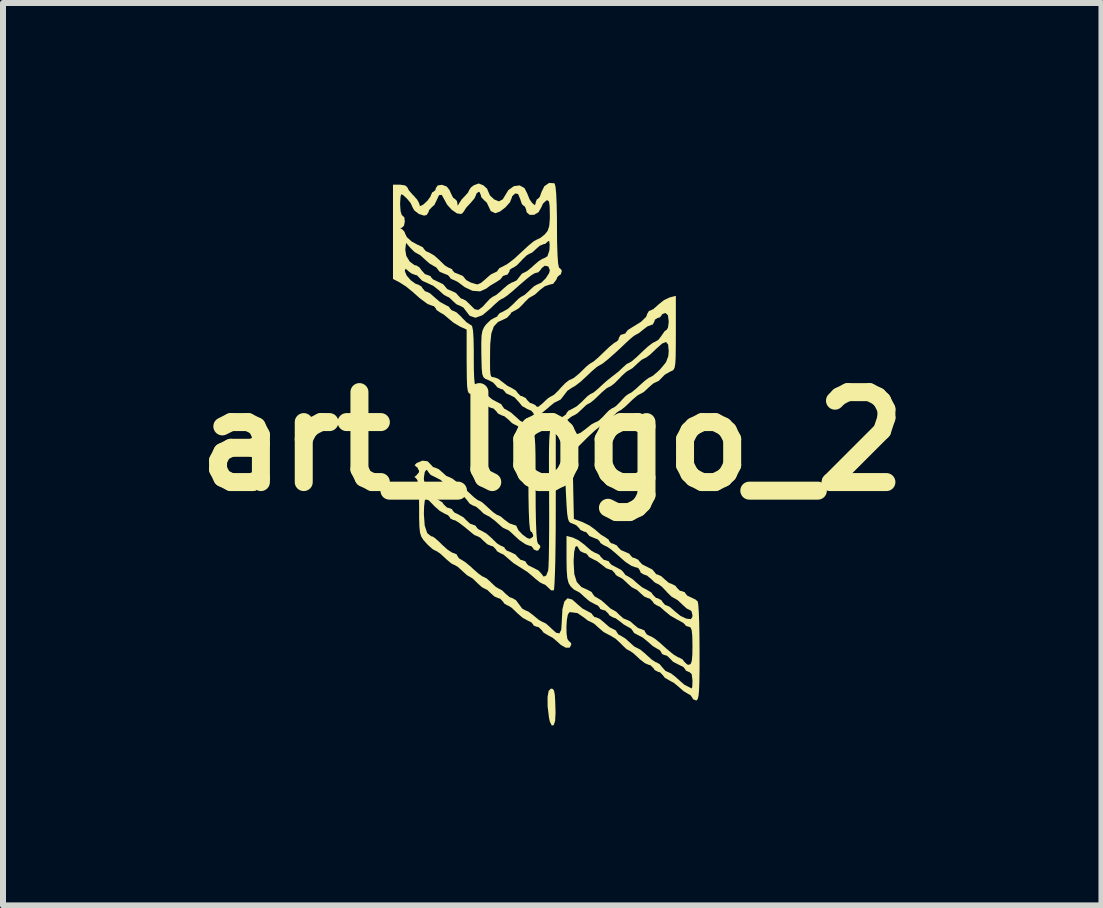
<source format=kicad_pcb>
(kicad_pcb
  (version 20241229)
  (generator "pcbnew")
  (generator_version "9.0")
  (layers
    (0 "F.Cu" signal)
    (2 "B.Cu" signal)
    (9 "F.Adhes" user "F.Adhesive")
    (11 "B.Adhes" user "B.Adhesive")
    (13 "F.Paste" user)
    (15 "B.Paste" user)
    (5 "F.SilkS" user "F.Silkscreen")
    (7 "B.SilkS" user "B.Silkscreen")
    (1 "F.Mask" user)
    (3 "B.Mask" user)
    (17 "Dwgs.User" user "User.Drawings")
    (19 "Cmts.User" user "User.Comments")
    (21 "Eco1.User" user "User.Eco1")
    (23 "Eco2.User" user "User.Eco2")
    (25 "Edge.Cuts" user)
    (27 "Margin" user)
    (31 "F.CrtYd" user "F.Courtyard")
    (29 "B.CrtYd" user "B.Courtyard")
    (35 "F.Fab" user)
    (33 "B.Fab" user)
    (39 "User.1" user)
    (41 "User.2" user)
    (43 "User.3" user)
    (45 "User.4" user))
  (footprint "art_logo_2"
    (layer "F.Cu")
    (at 6.157 4.309)
    (property "Reference" "art_logo_2" (at 0 0 0) (layer "F.SilkS") (effects (font (size 1.5 1.5) (thickness 0.3))))
    (attr board_only exclude_from_pos_files exclude_from_bom)
    (fp_poly (pts (xy 0.01 4.128) (xy 0.03 4.157) (xy 0.043 4.223) (xy 0.05 4.339) (xy 0.055 4.52) (xy 0.055 4.534) (xy 0.048 4.662) (xy 0.024 4.731) (xy -0.008 4.737) (xy -0.04 4.672) (xy -0.054 4.608) (xy -0.077 4.417) (xy -0.078 4.263) (xy -0.06 4.16) (xy -0.022 4.121) (xy -0.02 4.121)) (stroke (width 0) (type solid)) (fill yes) (layer "F.SilkS"))
    (fp_poly (pts (xy 0.031 -4.304) (xy 0.039 -4.3) (xy 0.054 -4.251) (xy 0.066 -4.132) (xy 0.074 -3.949) (xy 0.079 -3.712) (xy 0.079 -3.584) (xy 0.081 -3.317) (xy 0.088 -3.11) (xy 0.098 -2.969) (xy 0.112 -2.899) (xy 0.119 -2.893) (xy 0.154 -2.861) (xy 0.159 -2.833) (xy 0.14 -2.78) (xy 0.123 -2.774) (xy 0.087 -2.741) (xy 0.068 -2.695) (xy 0.015 -2.627) (xy -0.038 -2.615) (xy -0.122 -2.587) (xy -0.211 -2.52) (xy -0.214 -2.516) (xy -0.287 -2.449) (xy -0.34 -2.417) (xy -0.343 -2.417) (xy -0.39 -2.389) (xy -0.46 -2.32) (xy -0.477 -2.3) (xy -0.553 -2.223) (xy -0.616 -2.183) (xy -0.625 -2.181) (xy -0.683 -2.148) (xy -0.698 -2.121) (xy -0.752 -2.062) (xy -0.8 -2.038) (xy -0.905 -1.99) (xy -0.974 -1.916) (xy -1.015 -1.801) (xy -1.033 -1.63) (xy -1.036 -1.514) (xy -1.037 -1.322) (xy -1.036 -1.195) (xy -1.03 -1.12) (xy -1.018 -1.083) (xy -0.997 -1.071) (xy -0.971 -1.07) (xy -0.9 -1.044) (xy -0.836 -0.995) (xy -0.748 -0.927) (xy -0.681 -0.894) (xy -0.606 -0.848) (xy -0.579 -0.811) (xy -0.529 -0.759) (xy -0.501 -0.753) (xy -0.439 -0.721) (xy -0.422 -0.693) (xy -0.37 -0.641) (xy -0.341 -0.634) (xy -0.28 -0.605) (xy -0.268 -0.585) (xy -0.234 -0.575) (xy -0.165 -0.63) (xy -0.151 -0.644) (xy -0.076 -0.715) (xy -0.019 -0.752) (xy -0.012 -0.753) (xy 0.034 -0.781) (xy 0.107 -0.852) (xy 0.141 -0.892) (xy 0.221 -0.975) (xy 0.287 -1.025) (xy 0.305 -1.03) (xy 0.359 -1.057) (xy 0.441 -1.124) (xy 0.488 -1.169) (xy 0.571 -1.25) (xy 0.634 -1.3) (xy 0.651 -1.308) (xy 0.692 -1.334) (xy 0.77 -1.401) (xy 0.858 -1.486) (xy 0.956 -1.579) (xy 1.035 -1.643) (xy 1.073 -1.664) (xy 1.105 -1.696) (xy 1.11 -1.724) (xy 1.141 -1.776) (xy 1.169 -1.783) (xy 1.222 -1.801) (xy 1.228 -1.816) (xy 1.26 -1.856) (xy 1.336 -1.905) (xy 1.337 -1.905) (xy 1.481 -1.994) (xy 1.566 -2.077) (xy 1.585 -2.129) (xy 1.613 -2.176) (xy 1.63 -2.179) (xy 1.686 -2.206) (xy 1.76 -2.271) (xy 1.765 -2.277) (xy 1.861 -2.354) (xy 1.958 -2.4) (xy 2.061 -2.426) (xy 2.061 -1.81) (xy 2.06 -1.577) (xy 2.058 -1.411) (xy 2.052 -1.3) (xy 2.041 -1.231) (xy 2.023 -1.194) (xy 1.996 -1.175) (xy 1.971 -1.166) (xy 1.877 -1.112) (xy 1.83 -1.064) (xy 1.772 -1.006) (xy 1.736 -0.991) (xy 1.682 -0.964) (xy 1.608 -0.899) (xy 1.601 -0.892) (xy 1.528 -0.824) (xy 1.473 -0.793) (xy 1.47 -0.793) (xy 1.421 -0.766) (xy 1.342 -0.699) (xy 1.296 -0.654) (xy 1.21 -0.573) (xy 1.145 -0.522) (xy 1.125 -0.513) (xy 1.079 -0.484) (xy 1.01 -0.415) (xy 0.992 -0.395) (xy 0.918 -0.319) (xy 0.856 -0.279) (xy 0.847 -0.277) (xy 0.798 -0.251) (xy 0.711 -0.181) (xy 0.602 -0.08) (xy 0.568 -0.046) (xy 0.337 0.184) (xy 0.349 0.739) (xy 0.361 1.293) (xy 0.504 1.345) (xy 0.624 1.404) (xy 0.723 1.477) (xy 0.73 1.484) (xy 0.813 1.556) (xy 0.882 1.597) (xy 0.94 1.637) (xy 0.951 1.663) (xy 0.983 1.699) (xy 1.012 1.704) (xy 1.078 1.735) (xy 1.094 1.76) (xy 1.146 1.812) (xy 1.211 1.84) (xy 1.284 1.872) (xy 1.308 1.903) (xy 1.34 1.937) (xy 1.368 1.942) (xy 1.435 1.974) (xy 1.451 1.998) (xy 1.501 2.051) (xy 1.588 2.095) (xy 1.669 2.136) (xy 1.704 2.177) (xy 1.704 2.177) (xy 1.735 2.216) (xy 1.755 2.219) (xy 1.817 2.247) (xy 1.873 2.298) (xy 1.944 2.358) (xy 1.996 2.378) (xy 2.058 2.41) (xy 2.075 2.437) (xy 2.128 2.49) (xy 2.158 2.496) (xy 2.212 2.516) (xy 2.219 2.533) (xy 2.252 2.572) (xy 2.308 2.598) (xy 2.391 2.638) (xy 2.426 2.67) (xy 2.435 2.722) (xy 2.443 2.84) (xy 2.45 3.012) (xy 2.454 3.225) (xy 2.456 3.467) (xy 2.456 3.517) (xy 2.456 3.792) (xy 2.453 3.998) (xy 2.448 4.143) (xy 2.44 4.238) (xy 2.427 4.293) (xy 2.41 4.316) (xy 2.397 4.319) (xy 2.345 4.297) (xy 2.338 4.278) (xy 2.306 4.232) (xy 2.269 4.212) (xy 2.191 4.165) (xy 2.116 4.099) (xy 2.028 4.026) (xy 1.952 3.985) (xy 1.875 3.939) (xy 1.847 3.902) (xy 1.797 3.85) (xy 1.769 3.844) (xy 1.707 3.812) (xy 1.69 3.784) (xy 1.638 3.732) (xy 1.609 3.725) (xy 1.547 3.699) (xy 1.461 3.633) (xy 1.433 3.606) (xy 1.352 3.532) (xy 1.292 3.491) (xy 1.28 3.487) (xy 1.234 3.46) (xy 1.164 3.393) (xy 1.146 3.373) (xy 1.055 3.289) (xy 0.963 3.234) (xy 0.953 3.23) (xy 0.858 3.179) (xy 0.772 3.106) (xy 0.701 3.041) (xy 0.648 3.012) (xy 0.647 3.012) (xy 0.593 2.987) (xy 0.527 2.935) (xy 0.419 2.862) (xy 0.298 2.847) (xy 0.287 2.848) (xy 0.261 2.886) (xy 0.244 2.974) (xy 0.237 3.089) (xy 0.239 3.204) (xy 0.252 3.292) (xy 0.277 3.329) (xy 0.277 3.329) (xy 0.313 3.361) (xy 0.317 3.388) (xy 0.291 3.439) (xy 0.226 3.44) (xy 0.143 3.393) (xy 0.1 3.353) (xy 0.012 3.277) (xy -0.069 3.233) (xy -0.146 3.187) (xy -0.173 3.149) (xy -0.227 3.097) (xy -0.256 3.091) (xy -0.31 3.071) (xy -0.317 3.054) (xy -0.35 3.015) (xy -0.406 2.989) (xy -0.492 2.942) (xy -0.586 2.861) (xy -0.598 2.848) (xy -0.676 2.774) (xy -0.738 2.736) (xy -0.748 2.734) (xy -0.802 2.702) (xy -0.818 2.675) (xy -0.868 2.622) (xy -0.896 2.615) (xy -0.962 2.587) (xy -1.02 2.536) (xy -1.083 2.476) (xy -1.124 2.457) (xy -1.173 2.43) (xy -1.244 2.366) (xy -1.252 2.358) (xy -1.322 2.29) (xy -1.372 2.258) (xy -1.375 2.258) (xy -1.421 2.231) (xy -1.492 2.167) (xy -1.5 2.159) (xy -1.574 2.092) (xy -1.628 2.061) (xy -1.632 2.061) (xy -1.682 2.035) (xy -1.76 1.97) (xy -1.789 1.942) (xy -1.871 1.868) (xy -1.934 1.826) (xy -1.947 1.823) (xy -1.995 1.796) (xy -2.071 1.728) (xy -2.102 1.695) (xy -2.152 1.638) (xy -2.185 1.584) (xy -2.205 1.517) (xy -2.215 1.42) (xy -2.219 1.275) (xy -2.219 1.211) (xy -2.14 1.211) (xy -2.126 1.404) (xy -2.084 1.529) (xy -2.017 1.583) (xy -1.998 1.585) (xy -1.956 1.611) (xy -1.881 1.678) (xy -1.835 1.724) (xy -1.745 1.805) (xy -1.668 1.855) (xy -1.643 1.862) (xy -1.591 1.885) (xy -1.585 1.903) (xy -1.553 1.951) (xy -1.52 1.969) (xy -1.453 2.011) (xy -1.36 2.087) (xy -1.318 2.127) (xy -1.23 2.204) (xy -1.163 2.252) (xy -1.144 2.259) (xy -1.093 2.285) (xy -1.021 2.35) (xy -1.014 2.358) (xy -0.942 2.425) (xy -0.889 2.456) (xy -0.886 2.457) (xy -0.835 2.484) (xy -0.782 2.536) (xy -0.712 2.596) (xy -0.661 2.615) (xy -0.605 2.647) (xy -0.555 2.714) (xy -0.501 2.787) (xy -0.455 2.813) (xy -0.397 2.838) (xy -0.315 2.9) (xy -0.301 2.912) (xy -0.22 2.978) (xy -0.161 3.011) (xy -0.155 3.012) (xy -0.103 3.038) (xy -0.03 3.103) (xy -0.023 3.111) (xy 0.064 3.19) (xy 0.12 3.201) (xy 0.15 3.14) (xy 0.159 3.005) (xy 0.159 3.002) (xy 0.17 2.798) (xy 0.202 2.67) (xy 0.255 2.616) (xy 0.332 2.636) (xy 0.415 2.71) (xy 0.504 2.786) (xy 0.588 2.831) (xy 0.655 2.867) (xy 0.674 2.895) (xy 0.705 2.929) (xy 0.729 2.932) (xy 0.792 2.959) (xy 0.871 3.024) (xy 0.878 3.031) (xy 0.955 3.098) (xy 1.017 3.129) (xy 1.02 3.13) (xy 1.066 3.156) (xy 1.07 3.171) (xy 1.102 3.218) (xy 1.139 3.238) (xy 1.216 3.284) (xy 1.296 3.355) (xy 1.368 3.42) (xy 1.421 3.447) (xy 1.422 3.447) (xy 1.471 3.473) (xy 1.549 3.538) (xy 1.579 3.566) (xy 1.662 3.64) (xy 1.727 3.682) (xy 1.74 3.685) (xy 1.792 3.715) (xy 1.832 3.764) (xy 1.889 3.827) (xy 1.928 3.844) (xy 1.984 3.87) (xy 2.065 3.934) (xy 2.088 3.956) (xy 2.203 4.057) (xy 2.311 4.112) (xy 2.328 4.118) (xy 2.335 4.085) (xy 2.338 4.001) (xy 2.338 3.982) (xy 2.325 3.88) (xy 2.284 3.844) (xy 2.278 3.844) (xy 2.226 3.821) (xy 2.219 3.802) (xy 2.186 3.761) (xy 2.105 3.721) (xy 2.103 3.72) (xy 2.014 3.674) (xy 1.966 3.623) (xy 1.912 3.572) (xy 1.883 3.566) (xy 1.83 3.545) (xy 1.823 3.525) (xy 1.791 3.479) (xy 1.753 3.459) (xy 1.676 3.412) (xy 1.601 3.346) (xy 1.511 3.272) (xy 1.433 3.231) (xy 1.365 3.195) (xy 1.347 3.166) (xy 1.315 3.122) (xy 1.278 3.101) (xy 1.195 3.054) (xy 1.132 3.004) (xy 1.057 2.95) (xy 1.007 2.932) (xy 0.953 2.9) (xy 0.937 2.873) (xy 0.884 2.82) (xy 0.853 2.813) (xy 0.8 2.794) (xy 0.793 2.776) (xy 0.76 2.737) (xy 0.707 2.712) (xy 0.619 2.664) (xy 0.534 2.591) (xy 0.463 2.525) (xy 0.412 2.496) (xy 0.41 2.496) (xy 0.36 2.469) (xy 0.306 2.417) (xy 0.272 2.36) (xy 0.251 2.275) (xy 0.241 2.145) (xy 0.239 2.021) (xy 0.357 2.021) (xy 0.368 2.213) (xy 0.409 2.343) (xy 0.486 2.428) (xy 0.59 2.475) (xy 0.657 2.511) (xy 0.674 2.54) (xy 0.706 2.584) (xy 0.743 2.604) (xy 0.819 2.65) (xy 0.9 2.721) (xy 0.97 2.785) (xy 1.019 2.813) (xy 1.02 2.813) (xy 1.067 2.84) (xy 1.12 2.893) (xy 1.189 2.953) (xy 1.239 2.972) (xy 1.301 3) (xy 1.358 3.051) (xy 1.431 3.111) (xy 1.486 3.13) (xy 1.539 3.152) (xy 1.545 3.171) (xy 1.577 3.218) (xy 1.615 3.239) (xy 1.665 3.261) (xy 1.718 3.295) (xy 1.79 3.353) (xy 1.898 3.45) (xy 1.929 3.477) (xy 2.022 3.553) (xy 2.098 3.599) (xy 2.121 3.606) (xy 2.177 3.638) (xy 2.194 3.665) (xy 2.247 3.718) (xy 2.277 3.725) (xy 2.308 3.711) (xy 2.327 3.659) (xy 2.336 3.555) (xy 2.338 3.408) (xy 2.335 3.245) (xy 2.325 3.148) (xy 2.305 3.101) (xy 2.278 3.091) (xy 2.226 3.075) (xy 2.219 3.061) (xy 2.186 3.027) (xy 2.106 2.982) (xy 2.09 2.975) (xy 1.972 2.907) (xy 1.874 2.827) (xy 1.801 2.762) (xy 1.745 2.734) (xy 1.744 2.734) (xy 1.694 2.702) (xy 1.679 2.675) (xy 1.628 2.622) (xy 1.6 2.615) (xy 1.534 2.587) (xy 1.477 2.536) (xy 1.413 2.476) (xy 1.373 2.457) (xy 1.324 2.43) (xy 1.252 2.366) (xy 1.245 2.358) (xy 1.171 2.29) (xy 1.114 2.259) (xy 1.11 2.259) (xy 1.06 2.227) (xy 1.045 2.199) (xy 0.995 2.147) (xy 0.967 2.14) (xy 0.899 2.114) (xy 0.836 2.064) (xy 0.746 1.996) (xy 0.678 1.963) (xy 0.611 1.927) (xy 0.594 1.899) (xy 0.562 1.867) (xy 0.534 1.862) (xy 0.468 1.83) (xy 0.45 1.803) (xy 0.415 1.744) (xy 0.386 1.758) (xy 0.366 1.841) (xy 0.357 1.985) (xy 0.357 2.021) (xy 0.239 2.021) (xy 0.238 1.957) (xy 0.238 1.576) (xy 0.342 1.603) (xy 0.438 1.648) (xy 0.542 1.726) (xy 0.563 1.746) (xy 0.648 1.819) (xy 0.718 1.86) (xy 0.732 1.862) (xy 0.79 1.894) (xy 0.807 1.922) (xy 0.86 1.975) (xy 0.89 1.981) (xy 0.944 2) (xy 0.951 2.016) (xy 0.984 2.054) (xy 1.063 2.097) (xy 1.07 2.1) (xy 1.152 2.144) (xy 1.189 2.183) (xy 1.189 2.185) (xy 1.221 2.228) (xy 1.258 2.247) (xy 1.336 2.294) (xy 1.41 2.36) (xy 1.499 2.433) (xy 1.575 2.473) (xy 1.652 2.519) (xy 1.679 2.557) (xy 1.73 2.609) (xy 1.758 2.615) (xy 1.82 2.647) (xy 1.837 2.675) (xy 1.882 2.727) (xy 1.906 2.734) (xy 1.963 2.761) (xy 2.037 2.826) (xy 2.043 2.832) (xy 2.138 2.909) (xy 2.235 2.955) (xy 2.311 2.963) (xy 2.336 2.927) (xy 2.338 2.897) (xy 2.321 2.83) (xy 2.296 2.813) (xy 2.243 2.787) (xy 2.17 2.722) (xy 2.163 2.714) (xy 2.091 2.647) (xy 2.038 2.616) (xy 2.034 2.615) (xy 1.987 2.587) (xy 1.917 2.518) (xy 1.9 2.498) (xy 1.827 2.422) (xy 1.77 2.381) (xy 1.762 2.379) (xy 1.708 2.351) (xy 1.654 2.298) (xy 1.581 2.238) (xy 1.526 2.219) (xy 1.473 2.187) (xy 1.466 2.16) (xy 1.433 2.11) (xy 1.392 2.1) (xy 1.321 2.075) (xy 1.223 2.011) (xy 1.176 1.971) (xy 1.057 1.865) (xy 0.978 1.799) (xy 0.923 1.761) (xy 0.874 1.737) (xy 0.862 1.733) (xy 0.804 1.694) (xy 0.793 1.67) (xy 0.759 1.634) (xy 0.693 1.608) (xy 0.619 1.577) (xy 0.594 1.545) (xy 0.562 1.51) (xy 0.534 1.506) (xy 0.467 1.474) (xy 0.452 1.45) (xy 0.399 1.397) (xy 0.34 1.371) (xy 0.305 1.359) (xy 0.28 1.336) (xy 0.262 1.288) (xy 0.249 1.203) (xy 0.239 1.07) (xy 0.229 0.877) (xy 0.223 0.748) (xy 0.213 0.517) (xy 0.208 0.352) (xy 0.21 0.239) (xy 0.219 0.166) (xy 0.236 0.119) (xy 0.263 0.085) (xy 0.276 0.072) (xy 0.336 -0.003) (xy 0.357 -0.061) (xy 0.386 -0.113) (xy 0.41 -0.119) (xy 0.473 -0.144) (xy 0.557 -0.206) (xy 0.571 -0.218) (xy 0.654 -0.284) (xy 0.718 -0.318) (xy 0.725 -0.319) (xy 0.779 -0.348) (xy 0.853 -0.418) (xy 0.87 -0.438) (xy 0.943 -0.514) (xy 1 -0.554) (xy 1.009 -0.556) (xy 1.059 -0.586) (xy 1.13 -0.656) (xy 1.147 -0.675) (xy 1.218 -0.751) (xy 1.271 -0.791) (xy 1.278 -0.793) (xy 1.324 -0.818) (xy 1.403 -0.883) (xy 1.454 -0.931) (xy 1.544 -1.011) (xy 1.612 -1.061) (xy 1.634 -1.07) (xy 1.681 -1.096) (xy 1.759 -1.163) (xy 1.806 -1.209) (xy 1.896 -1.318) (xy 1.935 -1.42) (xy 1.942 -1.506) (xy 1.932 -1.615) (xy 1.897 -1.657) (xy 1.832 -1.631) (xy 1.73 -1.54) (xy 1.716 -1.526) (xy 1.63 -1.445) (xy 1.562 -1.395) (xy 1.542 -1.387) (xy 1.49 -1.36) (xy 1.417 -1.295) (xy 1.41 -1.288) (xy 1.338 -1.221) (xy 1.286 -1.189) (xy 1.283 -1.189) (xy 1.237 -1.162) (xy 1.162 -1.094) (xy 1.12 -1.05) (xy 1.038 -0.968) (xy 0.973 -0.918) (xy 0.954 -0.911) (xy 0.906 -0.885) (xy 0.827 -0.818) (xy 0.781 -0.773) (xy 0.696 -0.692) (xy 0.633 -0.642) (xy 0.615 -0.634) (xy 0.569 -0.608) (xy 0.5 -0.543) (xy 0.492 -0.535) (xy 0.42 -0.468) (xy 0.368 -0.436) (xy 0.364 -0.436) (xy 0.317 -0.411) (xy 0.237 -0.347) (xy 0.194 -0.307) (xy 0.059 -0.178) (xy 0.059 1.137) (xy 0.058 1.452) (xy 0.055 1.742) (xy 0.051 1.998) (xy 0.045 2.209) (xy 0.038 2.367) (xy 0.031 2.461) (xy 0.026 2.484) (xy -0.019 2.483) (xy -0.057 2.447) (xy -0.116 2.391) (xy -0.15 2.378) (xy -0.203 2.352) (xy -0.283 2.289) (xy -0.304 2.269) (xy -0.412 2.178) (xy -0.526 2.105) (xy -0.535 2.1) (xy -0.648 2.028) (xy -0.737 1.952) (xy -0.811 1.888) (xy -0.868 1.862) (xy -0.921 1.831) (xy -0.937 1.803) (xy -0.987 1.75) (xy -1.015 1.744) (xy -1.081 1.716) (xy -1.139 1.664) (xy -1.201 1.605) (xy -1.239 1.585) (xy -1.295 1.562) (xy -1.319 1.545) (xy -1.461 1.427) (xy -1.557 1.354) (xy -1.618 1.317) (xy -1.654 1.308) (xy -1.7 1.284) (xy -1.704 1.271) (xy -1.737 1.231) (xy -1.791 1.206) (xy -1.876 1.158) (xy -1.968 1.077) (xy -1.978 1.065) (xy -2.05 0.991) (xy -2.102 0.953) (xy -2.109 0.951) (xy -2.125 0.987) (xy -2.136 1.082) (xy -2.14 1.211) (xy -2.219 1.211) (xy -2.219 1.104) (xy -2.222 0.883) (xy -2.232 0.733) (xy -2.248 0.646) (xy -2.269 0.617) (xy -2.298 0.591) (xy -2.269 0.571) (xy -2.223 0.517) (xy -2.219 0.495) (xy -2.25 0.433) (xy -2.269 0.422) (xy -2.294 0.395) (xy -2.259 0.36) (xy -2.162 0.321) (xy -2.077 0.332) (xy -2.035 0.376) (xy -1.985 0.429) (xy -1.957 0.436) (xy -1.891 0.464) (xy -1.833 0.515) (xy -1.767 0.575) (xy -1.72 0.594) (xy -1.662 0.622) (xy -1.553 0.707) (xy -1.392 0.85) (xy -1.304 0.932) (xy -1.242 0.979) (xy -1.212 0.991) (xy -1.168 1.016) (xy -1.094 1.081) (xy -1.064 1.11) (xy -0.982 1.183) (xy -0.921 1.225) (xy -0.908 1.228) (xy -0.856 1.254) (xy -0.793 1.308) (xy -0.714 1.366) (xy -0.654 1.387) (xy -0.601 1.404) (xy -0.594 1.419) (xy -0.565 1.48) (xy -0.497 1.552) (xy -0.42 1.609) (xy -0.375 1.625) (xy -0.324 1.593) (xy -0.317 1.565) (xy -0.338 1.512) (xy -0.357 1.506) (xy -0.371 1.467) (xy -0.383 1.353) (xy -0.391 1.17) (xy -0.396 0.921) (xy -0.397 0.703) (xy -0.397 0.432) (xy -0.399 0.229) (xy -0.403 0.082) (xy -0.411 -0.02) (xy -0.424 -0.087) (xy -0.443 -0.132) (xy -0.469 -0.166) (xy -0.492 -0.188) (xy -0.567 -0.25) (xy -0.619 -0.277) (xy -0.621 -0.277) (xy -0.671 -0.305) (xy -0.724 -0.357) (xy -0.795 -0.417) (xy -0.847 -0.436) (xy -0.909 -0.468) (xy -0.926 -0.495) (xy -0.979 -0.548) (xy -1.009 -0.555) (xy -1.063 -0.575) (xy -1.07 -0.594) (xy -1.103 -0.631) (xy -1.166 -0.657) (xy -1.248 -0.696) (xy -1.284 -0.737) (xy -1.337 -0.787) (xy -1.366 -0.793) (xy -1.391 -0.803) (xy -1.408 -0.842) (xy -1.419 -0.922) (xy -1.424 -1.054) (xy -1.426 -1.25) (xy -1.427 -1.328) (xy -1.427 -1.864) (xy -1.535 -1.913) (xy -1.646 -1.979) (xy -1.724 -2.044) (xy -1.807 -2.114) (xy -1.872 -2.151) (xy -1.931 -2.192) (xy -1.942 -2.218) (xy -1.973 -2.255) (xy -1.993 -2.259) (xy -2.077 -2.29) (xy -2.206 -2.385) (xy -2.331 -2.496) (xy -2.437 -2.582) (xy -2.545 -2.651) (xy -2.546 -2.652) (xy -2.655 -2.708) (xy -2.655 -2.838) (xy -2.457 -2.838) (xy -2.427 -2.765) (xy -2.357 -2.685) (xy -2.277 -2.627) (xy -2.236 -2.615) (xy -2.181 -2.583) (xy -2.165 -2.556) (xy -2.12 -2.503) (xy -2.096 -2.496) (xy -2.039 -2.47) (xy -1.965 -2.405) (xy -1.962 -2.402) (xy -1.873 -2.326) (xy -1.789 -2.28) (xy -1.722 -2.245) (xy -1.704 -2.216) (xy -1.672 -2.182) (xy -1.653 -2.179) (xy -1.596 -2.151) (xy -1.52 -2.081) (xy -1.504 -2.062) (xy -1.429 -1.986) (xy -1.367 -1.945) (xy -1.357 -1.943) (xy -1.336 -1.921) (xy -1.321 -1.849) (xy -1.312 -1.72) (xy -1.308 -1.523) (xy -1.308 -1.425) (xy -1.307 -1.212) (xy -1.302 -1.065) (xy -1.293 -0.971) (xy -1.277 -0.917) (xy -1.252 -0.89) (xy -1.238 -0.883) (xy -1.161 -0.836) (xy -1.086 -0.77) (xy -0.996 -0.697) (xy -0.918 -0.656) (xy -0.85 -0.62) (xy -0.832 -0.59) (xy -0.8 -0.546) (xy -0.763 -0.527) (xy -0.686 -0.48) (xy -0.606 -0.409) (xy -0.536 -0.345) (xy -0.486 -0.317) (xy -0.485 -0.317) (xy -0.434 -0.292) (xy -0.364 -0.236) (xy -0.337 -0.208) (xy -0.316 -0.174) (xy -0.3 -0.124) (xy -0.29 -0.048) (xy -0.283 0.064) (xy -0.279 0.223) (xy -0.278 0.439) (xy -0.277 0.723) (xy -0.277 0.774) (xy -0.276 1.096) (xy -0.271 1.354) (xy -0.263 1.543) (xy -0.252 1.661) (xy -0.238 1.704) (xy -0.238 1.704) (xy -0.203 1.736) (xy -0.198 1.763) (xy -0.23 1.816) (xy -0.258 1.823) (xy -0.31 1.801) (xy -0.317 1.783) (xy -0.348 1.747) (xy -0.368 1.744) (xy -0.444 1.716) (xy -0.547 1.647) (xy -0.652 1.551) (xy -0.667 1.535) (xy -0.73 1.481) (xy -0.765 1.466) (xy -0.819 1.442) (xy -0.85 1.417) (xy -0.958 1.321) (xy -1.049 1.253) (xy -1.101 1.228) (xy -1.147 1.201) (xy -1.199 1.149) (xy -1.269 1.089) (xy -1.32 1.07) (xy -1.377 1.038) (xy -1.425 0.974) (xy -1.497 0.892) (xy -1.57 0.854) (xy -1.642 0.822) (xy -1.664 0.792) (xy -1.696 0.757) (xy -1.725 0.753) (xy -1.792 0.721) (xy -1.807 0.696) (xy -1.858 0.644) (xy -1.945 0.599) (xy -2.026 0.559) (xy -2.061 0.518) (xy -2.061 0.517) (xy -2.089 0.477) (xy -2.1 0.476) (xy -2.125 0.511) (xy -2.139 0.598) (xy -2.14 0.634) (xy -2.107 0.798) (xy -2.013 0.916) (xy -1.91 0.968) (xy -1.834 1.015) (xy -1.808 1.052) (xy -1.754 1.103) (xy -1.725 1.11) (xy -1.671 1.129) (xy -1.664 1.146) (xy -1.631 1.186) (xy -1.575 1.212) (xy -1.48 1.266) (xy -1.434 1.313) (xy -1.37 1.372) (xy -1.325 1.387) (xy -1.274 1.408) (xy -1.268 1.424) (xy -1.235 1.463) (xy -1.181 1.489) (xy -1.096 1.537) (xy -1.004 1.618) (xy -0.993 1.63) (xy -0.916 1.704) (xy -0.852 1.742) (xy -0.843 1.744) (xy -0.796 1.768) (xy -0.793 1.782) (xy -0.759 1.82) (xy -0.696 1.845) (xy -0.614 1.885) (xy -0.579 1.925) (xy -0.525 1.976) (xy -0.497 1.981) (xy -0.443 2.003) (xy -0.436 2.023) (xy -0.403 2.064) (xy -0.322 2.104) (xy -0.32 2.105) (xy -0.231 2.151) (xy -0.183 2.202) (xy -0.143 2.255) (xy -0.1 2.236) (xy -0.067 2.15) (xy -0.067 2.148) (xy -0.062 2.081) (xy -0.057 1.945) (xy -0.054 1.753) (xy -0.052 1.516) (xy -0.051 1.244) (xy -0.052 0.95) (xy -0.052 0.91) (xy -0.054 0.581) (xy -0.055 0.323) (xy -0.054 0.125) (xy -0.05 -0.021) (xy -0.043 -0.125) (xy -0.033 -0.196) (xy -0.019 -0.243) (xy 0.000024 -0.275) (xy 0.023 -0.3) (xy 0.106 -0.37) (xy 0.171 -0.408) (xy 0.228 -0.448) (xy 0.238 -0.472) (xy 0.271 -0.512) (xy 0.325 -0.538) (xy 0.41 -0.586) (xy 0.501 -0.667) (xy 0.512 -0.679) (xy 0.585 -0.752) (xy 0.639 -0.791) (xy 0.646 -0.793) (xy 0.693 -0.818) (xy 0.769 -0.882) (xy 0.789 -0.901) (xy 0.896 -0.999) (xy 1.004 -1.086) (xy 1.01 -1.09) (xy 1.107 -1.166) (xy 1.183 -1.238) (xy 1.245 -1.293) (xy 1.28 -1.308) (xy 1.324 -1.334) (xy 1.404 -1.402) (xy 1.492 -1.486) (xy 1.592 -1.579) (xy 1.676 -1.643) (xy 1.72 -1.664) (xy 1.773 -1.696) (xy 1.823 -1.763) (xy 1.872 -1.835) (xy 1.909 -1.862) (xy 1.93 -1.897) (xy 1.941 -1.983) (xy 1.942 -2.001) (xy 1.929 -2.104) (xy 1.888 -2.14) (xy 1.882 -2.14) (xy 1.829 -2.118) (xy 1.823 -2.1) (xy 1.791 -2.065) (xy 1.763 -2.061) (xy 1.711 -2.029) (xy 1.704 -2.001) (xy 1.676 -1.948) (xy 1.652 -1.942) (xy 1.587 -1.917) (xy 1.515 -1.862) (xy 1.445 -1.805) (xy 1.403 -1.783) (xy 1.36 -1.758) (xy 1.285 -1.695) (xy 1.252 -1.664) (xy 1.083 -1.505) (xy 0.944 -1.381) (xy 0.844 -1.3) (xy 0.79 -1.268) (xy 0.788 -1.268) (xy 0.745 -1.242) (xy 0.665 -1.174) (xy 0.581 -1.094) (xy 0.476 -0.997) (xy 0.381 -0.924) (xy 0.329 -0.895) (xy 0.252 -0.843) (xy 0.198 -0.772) (xy 0.143 -0.7) (xy 0.095 -0.674) (xy 0.038 -0.648) (xy -0.044 -0.582) (xy -0.073 -0.555) (xy -0.168 -0.477) (xy -0.252 -0.438) (xy -0.306 -0.444) (xy -0.317 -0.475) (xy -0.351 -0.513) (xy -0.411 -0.537) (xy -0.502 -0.589) (xy -0.555 -0.654) (xy -0.628 -0.734) (xy -0.699 -0.77) (xy -0.77 -0.802) (xy -0.793 -0.833) (xy -0.825 -0.867) (xy -0.853 -0.872) (xy -0.92 -0.904) (xy -0.936 -0.928) (xy -0.986 -0.982) (xy -1.066 -1.023) (xy -1.116 -1.043) (xy -1.148 -1.072) (xy -1.167 -1.125) (xy -1.176 -1.218) (xy -1.18 -1.368) (xy -1.182 -1.456) (xy -1.183 -1.64) (xy -1.178 -1.765) (xy -1.163 -1.847) (xy -1.135 -1.907) (xy -1.098 -1.956) (xy -1.024 -2.026) (xy -0.964 -2.06) (xy -0.96 -2.061) (xy -0.915 -2.084) (xy -0.911 -2.097) (xy -0.878 -2.137) (xy -0.824 -2.162) (xy -0.739 -2.21) (xy -0.648 -2.292) (xy -0.637 -2.304) (xy -0.564 -2.377) (xy -0.511 -2.416) (xy -0.504 -2.417) (xy -0.458 -2.444) (xy -0.388 -2.508) (xy -0.38 -2.516) (xy -0.307 -2.584) (xy -0.254 -2.615) (xy -0.251 -2.615) (xy -0.182 -2.646) (xy -0.107 -2.72) (xy -0.052 -2.806) (xy -0.04 -2.855) (xy -0.066 -2.917) (xy -0.124 -2.929) (xy -0.177 -2.888) (xy -0.184 -2.873) (xy -0.23 -2.82) (xy -0.256 -2.813) (xy -0.294 -2.803) (xy -0.351 -2.768) (xy -0.438 -2.699) (xy -0.566 -2.589) (xy -0.659 -2.506) (xy -0.75 -2.431) (xy -0.818 -2.385) (xy -0.838 -2.378) (xy -0.882 -2.351) (xy -0.96 -2.283) (xy -1.026 -2.219) (xy -1.164 -2.103) (xy -1.281 -2.061) (xy -1.376 -2.094) (xy -1.427 -2.16) (xy -1.482 -2.232) (xy -1.533 -2.259) (xy -1.597 -2.286) (xy -1.654 -2.338) (xy -1.717 -2.398) (xy -1.758 -2.417) (xy -1.807 -2.444) (xy -1.878 -2.508) (xy -1.884 -2.515) (xy -1.981 -2.592) (xy -2.08 -2.639) (xy -2.166 -2.677) (xy -2.207 -2.719) (xy -2.256 -2.769) (xy -2.28 -2.774) (xy -2.348 -2.8) (xy -2.395 -2.836) (xy -2.442 -2.877) (xy -2.456 -2.858) (xy -2.457 -2.838) (xy -2.655 -2.838) (xy -2.655 -3.196) (xy -2.45 -3.196) (xy -2.433 -3.092) (xy -2.375 -2.997) (xy -2.295 -2.938) (xy -2.262 -2.932) (xy -2.214 -2.901) (xy -2.179 -2.853) (xy -2.123 -2.79) (xy -2.079 -2.774) (xy -2.027 -2.754) (xy -2.021 -2.738) (xy -1.988 -2.702) (xy -1.907 -2.663) (xy -1.902 -2.661) (xy -1.82 -2.621) (xy -1.783 -2.58) (xy -1.783 -2.578) (xy -1.75 -2.539) (xy -1.687 -2.513) (xy -1.605 -2.474) (xy -1.569 -2.433) (xy -1.521 -2.382) (xy -1.497 -2.376) (xy -1.438 -2.346) (xy -1.367 -2.277) (xy -1.367 -2.277) (xy -1.293 -2.203) (xy -1.231 -2.192) (xy -1.159 -2.246) (xy -1.111 -2.3) (xy -1.04 -2.376) (xy -0.987 -2.415) (xy -0.98 -2.417) (xy -0.932 -2.443) (xy -0.856 -2.507) (xy -0.826 -2.536) (xy -0.74 -2.61) (xy -0.668 -2.652) (xy -0.652 -2.655) (xy -0.592 -2.686) (xy -0.555 -2.734) (xy -0.505 -2.797) (xy -0.471 -2.813) (xy -0.42 -2.839) (xy -0.34 -2.904) (xy -0.311 -2.932) (xy -0.225 -3.006) (xy -0.155 -3.048) (xy -0.14 -3.051) (xy -0.08 -3.087) (xy -0.047 -3.187) (xy -0.043 -3.282) (xy -0.051 -3.342) (xy -0.066 -3.338) (xy -0.118 -3.293) (xy -0.142 -3.289) (xy -0.209 -3.261) (xy -0.267 -3.21) (xy -0.332 -3.15) (xy -0.376 -3.13) (xy -0.425 -3.102) (xy -0.497 -3.033) (xy -0.515 -3.012) (xy -0.59 -2.935) (xy -0.653 -2.894) (xy -0.663 -2.893) (xy -0.708 -2.861) (xy -0.713 -2.833) (xy -0.745 -2.781) (xy -0.773 -2.774) (xy -0.825 -2.756) (xy -0.832 -2.741) (xy -0.864 -2.702) (xy -0.94 -2.652) (xy -0.941 -2.652) (xy -1.037 -2.595) (xy -1.102 -2.546) (xy -1.203 -2.501) (xy -1.331 -2.511) (xy -1.46 -2.572) (xy -1.49 -2.595) (xy -1.577 -2.66) (xy -1.645 -2.693) (xy -1.654 -2.694) (xy -1.7 -2.719) (xy -1.704 -2.733) (xy -1.738 -2.771) (xy -1.803 -2.797) (xy -1.877 -2.828) (xy -1.902 -2.859) (xy -1.934 -2.901) (xy -1.971 -2.921) (xy -2.048 -2.967) (xy -2.128 -3.038) (xy -2.198 -3.102) (xy -2.247 -3.13) (xy -2.248 -3.13) (xy -2.295 -3.157) (xy -2.359 -3.22) (xy -2.437 -3.309) (xy -2.45 -3.196) (xy -2.655 -3.196) (xy -2.655 -3.494) (xy -2.655 -3.943) (xy -2.536 -3.943) (xy -2.528 -3.836) (xy -2.508 -3.773) (xy -2.496 -3.764) (xy -2.465 -3.733) (xy -2.458 -3.664) (xy -2.472 -3.595) (xy -2.506 -3.563) (xy -2.536 -3.555) (xy -2.506 -3.54) (xy -2.46 -3.492) (xy -2.457 -3.473) (xy -2.424 -3.406) (xy -2.344 -3.333) (xy -2.242 -3.277) (xy -2.223 -3.27) (xy -2.157 -3.236) (xy -2.14 -3.21) (xy -2.107 -3.172) (xy -2.052 -3.148) (xy -1.968 -3.1) (xy -1.876 -3.018) (xy -1.865 -3.006) (xy -1.788 -2.932) (xy -1.724 -2.894) (xy -1.715 -2.893) (xy -1.668 -2.869) (xy -1.664 -2.854) (xy -1.631 -2.816) (xy -1.565 -2.79) (xy -1.491 -2.759) (xy -1.466 -2.729) (xy -1.433 -2.689) (xy -1.355 -2.647) (xy -1.266 -2.621) (xy -1.242 -2.618) (xy -1.187 -2.643) (xy -1.111 -2.706) (xy -1.104 -2.714) (xy -1.027 -2.781) (xy -0.965 -2.812) (xy -0.961 -2.813) (xy -0.915 -2.837) (xy -0.911 -2.85) (xy -0.879 -2.89) (xy -0.83 -2.913) (xy -0.75 -2.956) (xy -0.651 -3.031) (xy -0.622 -3.056) (xy -0.512 -3.157) (xy -0.405 -3.256) (xy -0.389 -3.27) (xy -0.31 -3.335) (xy -0.253 -3.367) (xy -0.248 -3.368) (xy -0.197 -3.393) (xy -0.126 -3.449) (xy -0.077 -3.509) (xy -0.05 -3.59) (xy -0.04 -3.714) (xy -0.04 -3.785) (xy -0.043 -3.923) (xy -0.054 -3.997) (xy -0.078 -4.02) (xy -0.099 -4.016) (xy -0.155 -3.963) (xy -0.183 -3.9) (xy -0.229 -3.82) (xy -0.301 -3.778) (xy -0.375 -3.776) (xy -0.426 -3.819) (xy -0.436 -3.866) (xy -0.456 -3.917) (xy -0.472 -3.923) (xy -0.506 -3.957) (xy -0.534 -4.039) (xy -0.534 -4.04) (xy -0.569 -4.124) (xy -0.617 -4.134) (xy -0.668 -4.087) (xy -0.674 -4.063) (xy -0.704 -3.988) (xy -0.779 -3.903) (xy -0.869 -3.833) (xy -0.948 -3.804) (xy -0.948 -3.804) (xy -1.024 -3.839) (xy -1.053 -3.9) (xy -1.092 -3.982) (xy -1.133 -4.018) (xy -1.183 -4.071) (xy -1.189 -4.1) (xy -1.21 -4.154) (xy -1.228 -4.161) (xy -1.266 -4.129) (xy -1.269 -4.111) (xy -1.296 -4.052) (xy -1.361 -3.975) (xy -1.368 -3.968) (xy -1.434 -3.897) (xy -1.466 -3.847) (xy -1.466 -3.844) (xy -1.497 -3.804) (xy -1.522 -3.791) (xy -1.59 -3.802) (xy -1.675 -3.861) (xy -1.753 -3.947) (xy -1.801 -4.036) (xy -1.842 -4.109) (xy -1.887 -4.106) (xy -1.924 -4.027) (xy -1.925 -4.025) (xy -1.964 -3.943) (xy -2.005 -3.907) (xy -2.055 -3.854) (xy -2.061 -3.825) (xy -2.093 -3.775) (xy -2.137 -3.764) (xy -2.222 -3.791) (xy -2.3 -3.851) (xy -2.338 -3.92) (xy -2.338 -3.926) (xy -2.363 -3.976) (xy -2.42 -4.045) (xy -2.482 -4.103) (xy -2.516 -4.121) (xy -2.528 -4.086) (xy -2.535 -3.996) (xy -2.536 -3.943) (xy -2.655 -3.943) (xy -2.655 -4.28) (xy -2.536 -4.28) (xy -2.453 -4.268) (xy -2.417 -4.239) (xy -2.417 -4.238) (xy -2.39 -4.185) (xy -2.326 -4.112) (xy -2.318 -4.105) (xy -2.251 -4.03) (xy -2.219 -3.971) (xy -2.219 -3.968) (xy -2.206 -3.925) (xy -2.2 -3.923) (xy -2.146 -3.951) (xy -2.079 -4.015) (xy -2.03 -4.082) (xy -2.021 -4.11) (xy -1.996 -4.157) (xy -1.981 -4.161) (xy -1.946 -4.193) (xy -1.942 -4.22) (xy -1.91 -4.267) (xy -1.838 -4.278) (xy -1.759 -4.249) (xy -1.713 -4.191) (xy -1.687 -4.131) (xy -1.652 -4.062) (xy -1.622 -4.042) (xy -1.589 -4.009) (xy -1.582 -3.972) (xy -1.575 -3.929) (xy -1.556 -3.962) (xy -1.556 -3.963) (xy -1.509 -4.035) (xy -1.46 -4.086) (xy -1.404 -4.149) (xy -1.387 -4.186) (xy -1.357 -4.232) (xy -1.308 -4.27) (xy -1.227 -4.3) (xy -1.149 -4.27) (xy -1.087 -4.214) (xy -1.07 -4.174) (xy -1.038 -4.1) (xy -0.966 -4.033) (xy -0.888 -4.002) (xy -0.888 -4.002) (xy -0.826 -4.035) (xy -0.803 -4.072) (xy -0.732 -4.189) (xy -0.64 -4.255) (xy -0.544 -4.268) (xy -0.463 -4.224) (xy -0.418 -4.136) (xy -0.377 -4.035) (xy -0.335 -3.975) (xy -0.29 -3.938) (xy -0.278 -3.964) (xy -0.277 -3.98) (xy -0.258 -4.034) (xy -0.241 -4.042) (xy -0.208 -4.076) (xy -0.179 -4.158) (xy -0.179 -4.159) (xy -0.131 -4.255) (xy -0.052 -4.309)) (stroke (width 0) (type solid)) (fill yes) (layer "F.SilkS")))
  (gr_rect
    (start -3 -3)
    (end 15.314 12.045)
    (stroke (width 0.1) (type default))
    (fill no)
    (layer "Edge.Cuts")))
</source>
